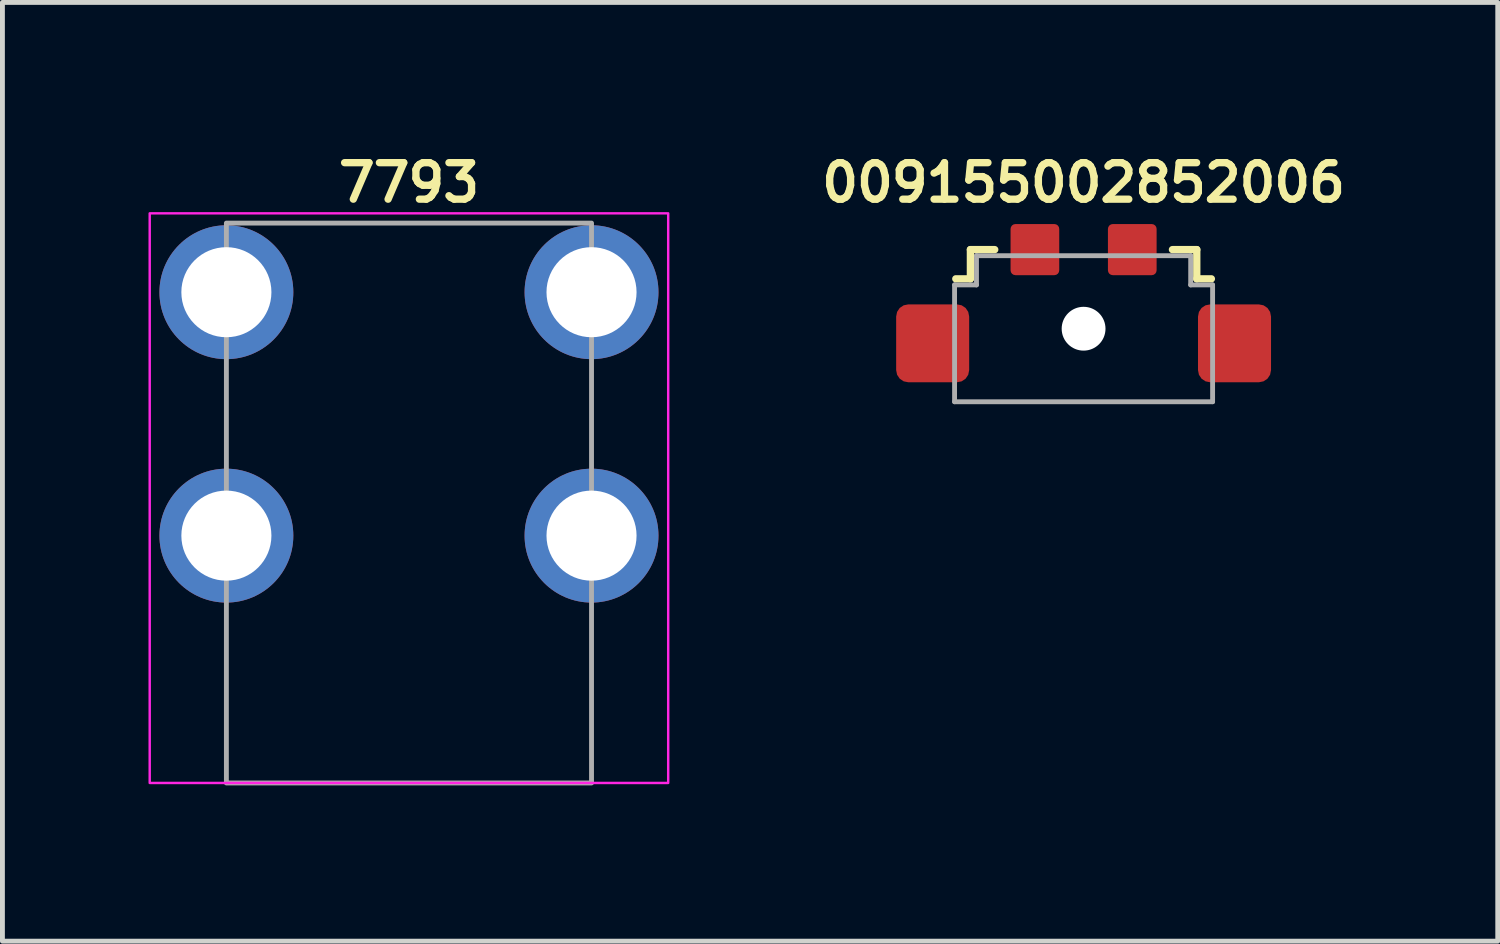
<source format=kicad_pcb>
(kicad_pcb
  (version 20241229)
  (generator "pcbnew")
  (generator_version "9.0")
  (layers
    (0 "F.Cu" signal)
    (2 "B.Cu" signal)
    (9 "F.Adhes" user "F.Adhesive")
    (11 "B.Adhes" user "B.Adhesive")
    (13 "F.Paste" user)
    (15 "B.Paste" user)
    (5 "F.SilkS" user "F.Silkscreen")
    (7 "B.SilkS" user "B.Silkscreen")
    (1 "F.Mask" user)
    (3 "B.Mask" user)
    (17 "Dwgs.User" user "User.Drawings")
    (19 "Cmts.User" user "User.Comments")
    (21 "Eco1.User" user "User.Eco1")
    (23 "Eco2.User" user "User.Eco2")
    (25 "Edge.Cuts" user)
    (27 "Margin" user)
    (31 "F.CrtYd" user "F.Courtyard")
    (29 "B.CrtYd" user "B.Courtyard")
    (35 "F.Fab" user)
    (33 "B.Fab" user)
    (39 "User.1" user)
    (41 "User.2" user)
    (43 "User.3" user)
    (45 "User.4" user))
  (footprint "009155002852006"
    (layer "F.Cu")
    (at 19.207 5.202)
    (property "Reference" "009155002852006" (at 0 -4.5 0) (unlocked yes) (layer "F.SilkS") (effects (font (size 0.75 0.75) (thickness 0.15))))
    (attr smd)
    (fp_line (start -2.625 -2.525) (end -2.325 -2.525) (stroke (width 0.15) (type default)) (layer "F.SilkS"))
    (fp_line (start -2.325 -2.525) (end -2.325 -3.125) (stroke (width 0.15) (type default)) (layer "F.SilkS"))
    (fp_line (start -1.825 -3.125) (end -2.325 -3.125) (stroke (width 0.15) (type default)) (layer "F.SilkS"))
    (fp_line (start 2.325 -3.125) (end 1.825 -3.125) (stroke (width 0.15) (type default)) (layer "F.SilkS"))
    (fp_line (start 2.325 -2.525) (end 2.325 -3.125) (stroke (width 0.15) (type default)) (layer "F.SilkS"))
    (fp_line (start 2.625 -2.525) (end 2.325 -2.525) (stroke (width 0.15) (type default)) (layer "F.SilkS"))
    (fp_line (start -2.65 -2.4) (end -2.65 0) (stroke (width 0.1) (type default)) (layer "F.Fab"))
    (fp_line (start -2.65 -2.4) (end -2.2 -2.4) (stroke (width 0.1) (type default)) (layer "F.Fab"))
    (fp_line (start -2.65 0) (end 2.65 0) (stroke (width 0.1) (type default)) (layer "F.Fab"))
    (fp_line (start -2.2 -2.4) (end -2.2 -3) (stroke (width 0.1) (type default)) (layer "F.Fab"))
    (fp_line (start 2.2 -3) (end -2.2 -3) (stroke (width 0.1) (type default)) (layer "F.Fab"))
    (fp_line (start 2.2 -2.4) (end 2.2 -3) (stroke (width 0.1) (type default)) (layer "F.Fab"))
    (fp_line (start 2.65 -2.4) (end 2.2 -2.4) (stroke (width 0.1) (type default)) (layer "F.Fab"))
    (fp_line (start 2.65 0) (end 2.65 -2.4) (stroke (width 0.1) (type default)) (layer "F.Fab"))
    (pad "" smd roundrect (at -3.1 -1.2) (size 1.5 1.6) (layers "F.Cu" "F.Mask" "F.Paste") (roundrect_rratio 0.167))
    (pad "" np_thru_hole circle (at 0 -1.5) (size 0.9 0.9) (drill 0.9) (layers "*.Cu" "*.Mask"))
    (pad "" smd roundrect (at 3.1 -1.2) (size 1.5 1.6) (layers "F.Cu" "F.Mask" "F.Paste") (roundrect_rratio 0.167))
    (pad "1" smd roundrect (at -1 -3.125) (size 1 1.05) (layers "F.Cu" "F.Mask" "F.Paste") (roundrect_rratio 0.1))
    (pad "2" smd roundrect (at 1 -3.125) (size 1 1.05) (layers "F.Cu" "F.Mask" "F.Paste") (roundrect_rratio 0.1)))
  (footprint "7793"
    (layer "F.Cu")
    (at 5.35 13.032)
    (property "Reference" "7793" (at 0 -12.33 0) (unlocked yes) (layer "F.SilkS") (effects (font (size 0.75 0.75) (thickness 0.15))))
    (attr through_hole)
    (fp_rect (start -5.325 -11.7) (end 5.325 0) (stroke (width 0.05) (type solid)) (fill no) (layer "F.CrtYd"))
    (fp_rect (start -3.75 -11.5) (end 3.75 0) (stroke (width 0.1) (type solid)) (fill no) (layer "F.Fab"))
    (pad "1" thru_hole circle (at -3.75 -10.08) (size 2.75 2.75) (drill 1.85) (layers "*.Cu" "*.Mask"))
    (pad "2" thru_hole circle (at -3.75 -5.08) (size 2.75 2.75) (drill 1.85) (layers "*.Cu" "*.Mask"))
    (pad "3" thru_hole circle (at 3.75 -5.08) (size 2.75 2.75) (drill 1.85) (layers "*.Cu" "*.Mask"))
    (pad "4" thru_hole circle (at 3.75 -10.08) (size 2.75 2.75) (drill 1.85) (layers "*.Cu" "*.Mask")))
  (gr_rect
    (start -3 -3)
    (end 27.714 16.282)
    (stroke (width 0.1) (type default))
    (fill no)
    (layer "Edge.Cuts")))
</source>
